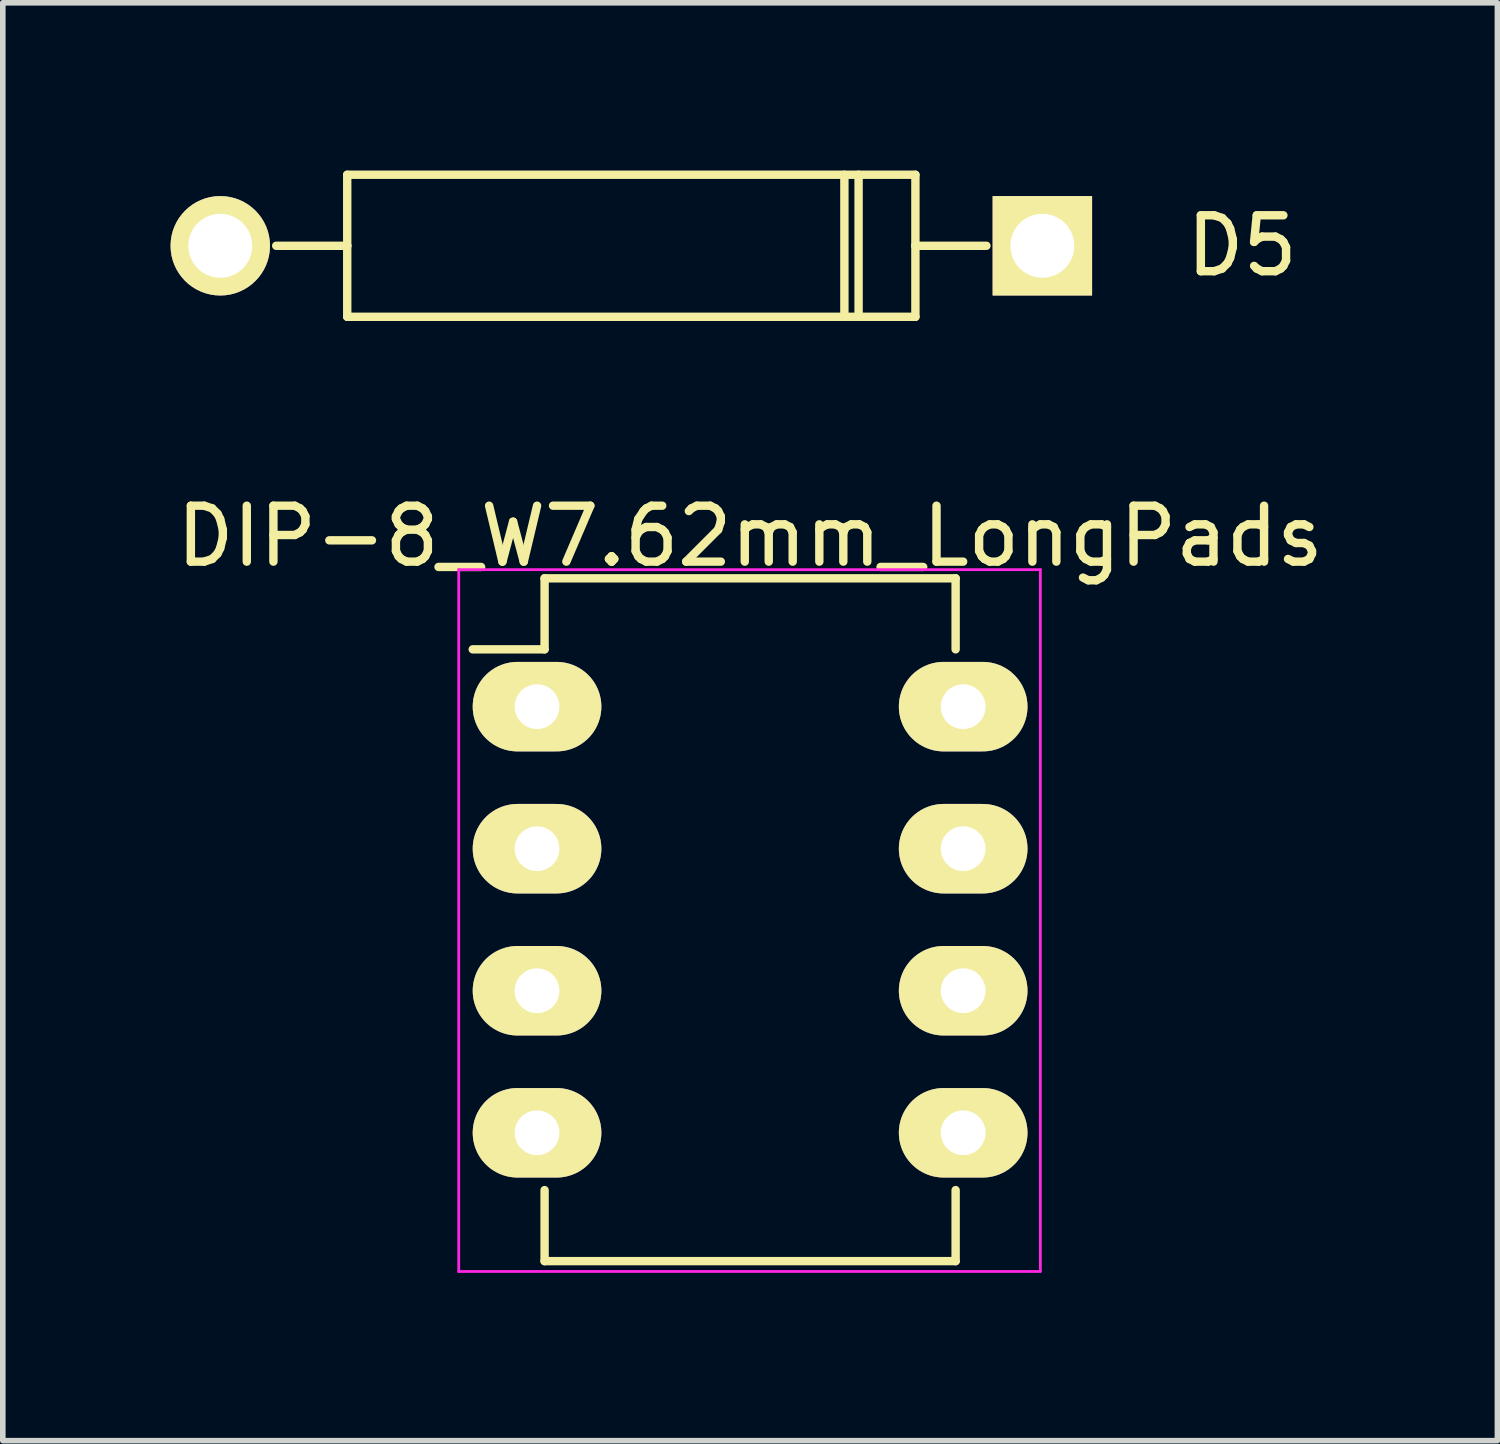
<source format=kicad_pcb>
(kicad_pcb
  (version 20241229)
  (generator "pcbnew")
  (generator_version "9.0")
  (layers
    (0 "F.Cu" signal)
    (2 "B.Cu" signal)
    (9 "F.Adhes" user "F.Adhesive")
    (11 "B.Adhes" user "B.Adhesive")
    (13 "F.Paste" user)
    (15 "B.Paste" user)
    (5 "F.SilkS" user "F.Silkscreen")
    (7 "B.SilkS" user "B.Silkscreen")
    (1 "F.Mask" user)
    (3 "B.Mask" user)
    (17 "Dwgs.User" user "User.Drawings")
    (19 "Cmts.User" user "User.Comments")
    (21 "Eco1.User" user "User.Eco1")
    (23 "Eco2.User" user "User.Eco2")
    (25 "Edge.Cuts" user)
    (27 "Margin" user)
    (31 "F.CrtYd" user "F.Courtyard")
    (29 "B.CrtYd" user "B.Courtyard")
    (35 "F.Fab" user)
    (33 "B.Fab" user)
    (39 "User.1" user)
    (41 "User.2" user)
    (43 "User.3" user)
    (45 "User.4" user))
  (footprint "DIP-8_W7.62mm_LongPads"
    (layer "F.Cu")
    (at 6.553 9.586)
    (property "Reference" "DIP-8_W7.62mm_LongPads" (at 3.81 -3.048 0) (layer "F.SilkS") (effects (font (size 1 1) (thickness 0.15))))
    (attr through_hole)
    (fp_line (start 0.135 -2.295) (end 0.135 -1.025) (stroke (width 0.15) (type solid)) (layer "F.SilkS"))
    (fp_line (start 0.135 -2.295) (end 7.485 -2.295) (stroke (width 0.15) (type solid)) (layer "F.SilkS"))
    (fp_line (start 0.135 -1.025) (end -1.15 -1.025) (stroke (width 0.15) (type solid)) (layer "F.SilkS"))
    (fp_line (start 0.135 9.915) (end 0.135 8.645) (stroke (width 0.15) (type solid)) (layer "F.SilkS"))
    (fp_line (start 0.135 9.915) (end 7.485 9.915) (stroke (width 0.15) (type solid)) (layer "F.SilkS"))
    (fp_line (start 7.485 -2.295) (end 7.485 -1.025) (stroke (width 0.15) (type solid)) (layer "F.SilkS"))
    (fp_line (start 7.485 9.915) (end 7.485 8.645) (stroke (width 0.15) (type solid)) (layer "F.SilkS"))
    (fp_line (start -1.4 -2.45) (end -1.4 10.1) (stroke (width 0.05) (type solid)) (layer "F.CrtYd"))
    (fp_line (start -1.4 -2.45) (end 9 -2.45) (stroke (width 0.05) (type solid)) (layer "F.CrtYd"))
    (fp_line (start -1.4 10.1) (end 9 10.1) (stroke (width 0.05) (type solid)) (layer "F.CrtYd"))
    (fp_line (start 9 -2.45) (end 9 10.1) (stroke (width 0.05) (type solid)) (layer "F.CrtYd"))
    (pad "1" thru_hole oval (at 0 0) (size 2.3 1.6) (drill 0.8) (layers "*.Cu" "*.Mask" "F.SilkS"))
    (pad "2" thru_hole oval (at 0 2.54) (size 2.3 1.6) (drill 0.8) (layers "*.Cu" "*.Mask" "F.SilkS"))
    (pad "3" thru_hole oval (at 0 5.08) (size 2.3 1.6) (drill 0.8) (layers "*.Cu" "*.Mask" "F.SilkS"))
    (pad "4" thru_hole oval (at 0 7.62) (size 2.3 1.6) (drill 0.8) (layers "*.Cu" "*.Mask" "F.SilkS"))
    (pad "5" thru_hole oval (at 7.62 7.62) (size 2.3 1.6) (drill 0.8) (layers "*.Cu" "*.Mask" "F.SilkS"))
    (pad "6" thru_hole oval (at 7.62 5.08) (size 2.3 1.6) (drill 0.8) (layers "*.Cu" "*.Mask" "F.SilkS"))
    (pad "7" thru_hole oval (at 7.62 2.54) (size 2.3 1.6) (drill 0.8) (layers "*.Cu" "*.Mask" "F.SilkS"))
    (pad "8" thru_hole oval (at 7.62 0) (size 2.3 1.6) (drill 0.8) (layers "*.Cu" "*.Mask" "F.SilkS")))
  (footprint "D5"
    (layer "F.Cu")
    (at 8.239 1.345)
    (property "Reference" "D5" (at 10.922 0 0) (layer "F.SilkS") (effects (font (size 1 1) (thickness 0.15))))
    (attr through_hole)
    (fp_line (start -5.08 -1.27) (end -5.08 0) (stroke (width 0.15) (type solid)) (layer "F.SilkS"))
    (fp_line (start -5.08 0) (end -6.35 0) (stroke (width 0.15) (type solid)) (layer "F.SilkS"))
    (fp_line (start -5.08 0) (end -5.08 1.27) (stroke (width 0.15) (type solid)) (layer "F.SilkS"))
    (fp_line (start -5.08 1.27) (end 5.08 1.27) (stroke (width 0.15) (type solid)) (layer "F.SilkS"))
    (fp_line (start 3.81 -1.27) (end 3.81 1.27) (stroke (width 0.15) (type solid)) (layer "F.SilkS"))
    (fp_line (start 4.064 -1.27) (end 4.064 1.27) (stroke (width 0.15) (type solid)) (layer "F.SilkS"))
    (fp_line (start 5.08 -1.27) (end -5.08 -1.27) (stroke (width 0.15) (type solid)) (layer "F.SilkS"))
    (fp_line (start 5.08 0) (end 5.08 -1.27) (stroke (width 0.15) (type solid)) (layer "F.SilkS"))
    (fp_line (start 5.08 1.27) (end 5.08 0) (stroke (width 0.15) (type solid)) (layer "F.SilkS"))
    (fp_line (start 6.35 0) (end 5.08 0) (stroke (width 0.15) (type solid)) (layer "F.SilkS"))
    (pad "1" thru_hole rect (at 7.35 0) (size 1.778 1.778) (drill 1.143) (layers "*.Cu" "*.Mask" "F.SilkS"))
    (pad "2" thru_hole circle (at -7.35 0) (size 1.778 1.778) (drill 1.143) (layers "*.Cu" "*.Mask" "F.SilkS")))
  (gr_rect
    (start -3 -3)
    (end 23.726 22.711)
    (stroke (width 0.1) (type default))
    (fill no)
    (layer "Edge.Cuts")))
</source>
